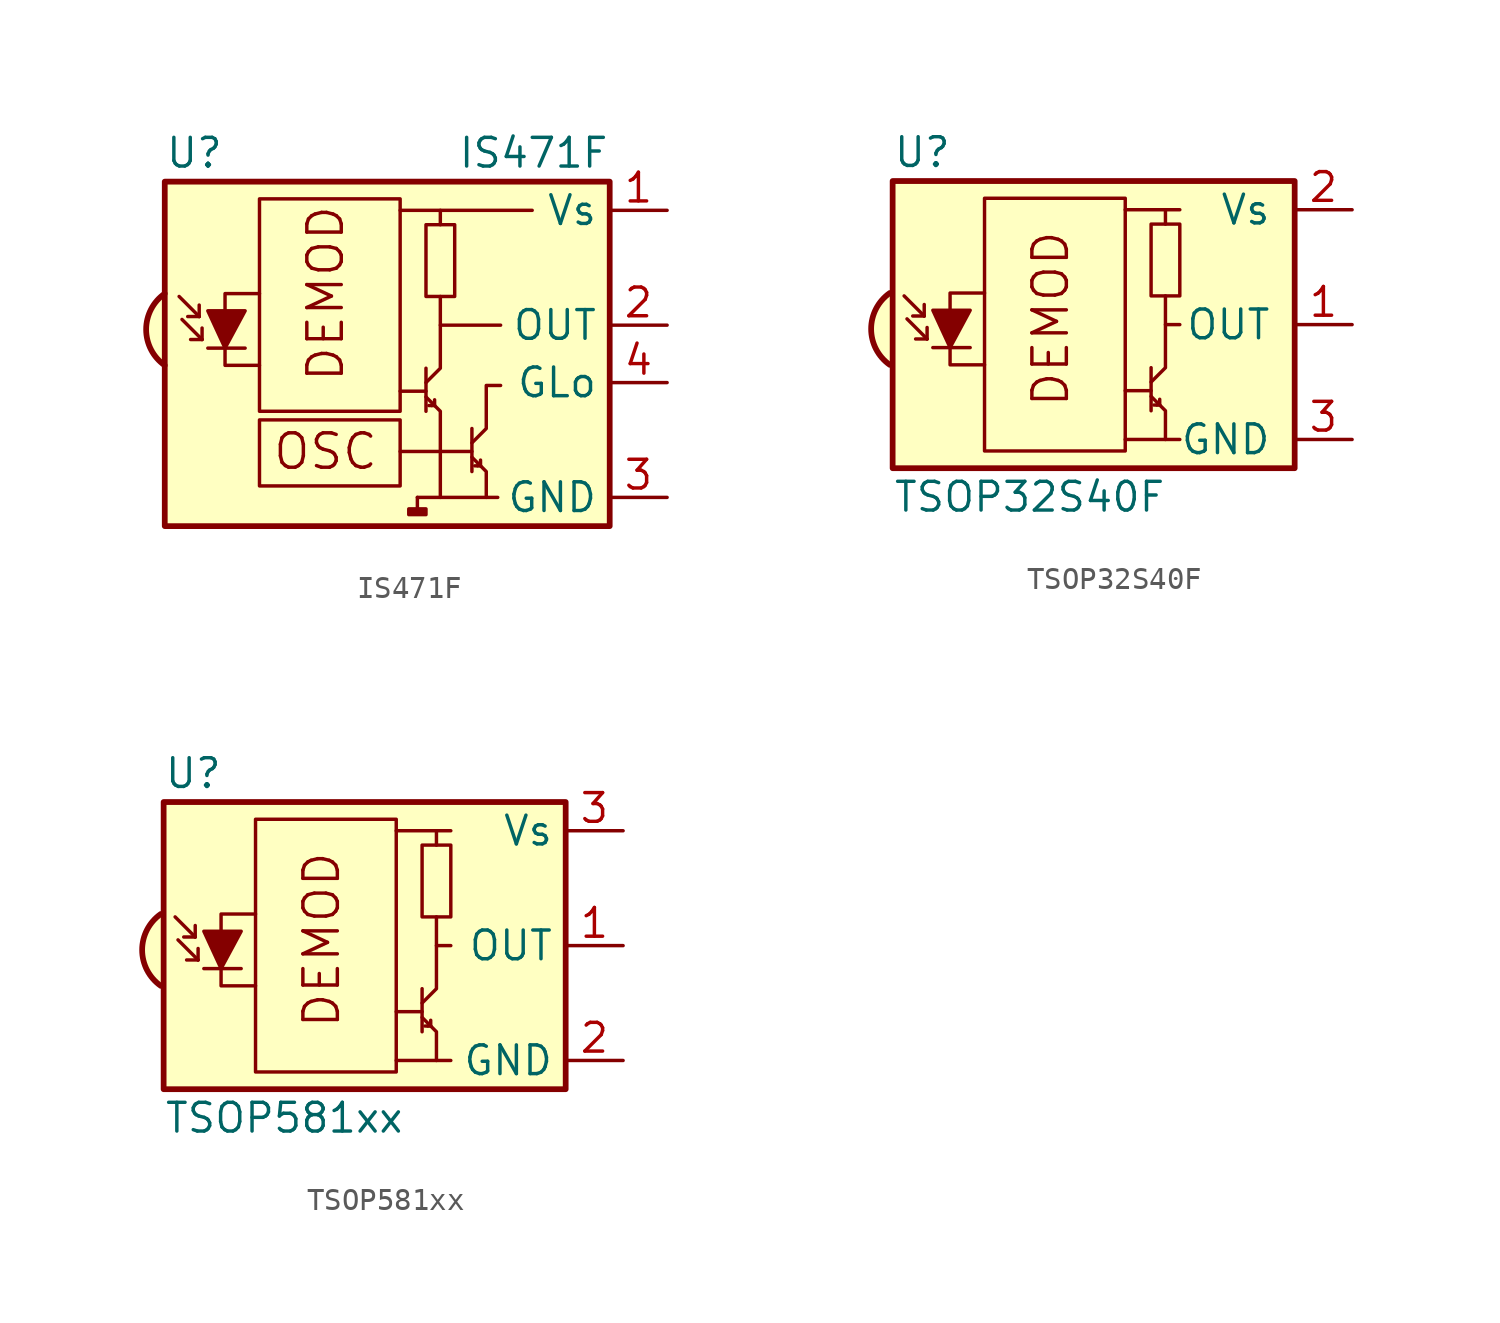
<source format=kicad_sym>
(kicad_symbol_lib
  (version 20201005)
  (generator kicad_symbol_editor)
  (symbol "Interface_Optical:IS471F"
    (property "Reference" "U"
      (at -12.065 7.62 0)
      (effects (font (size 1.27 1.27)) (justify left)))
    (property "Value" "IS471F"
      (at 7.62 7.62 0)
      (effects (font (size 1.27 1.27)) (justify right)))
    (symbol "IS471F_0_0"
      (arc (start -12.065 1.397) (end -12.065 -1.778) (radius (at -10.922 -0.1778) (length 1.9558) (angles 126 -125.5)) (stroke (width 0.254)) (fill (type background)))
      (text "DEMOD" (at -4.953 1.397 900) (effects (font (size 1.524 1.524))))
      (text "OSC" (at -4.953 -5.588 0) (effects (font (size 1.524 1.524))))
      (rectangle (start -7.874 -4.191) (end -1.651 -7.112) (stroke (width 0)) (fill (type none)))
      (rectangle (start -1.27 -8.128) (end -0.508 -8.382) (stroke (width 0)) (fill (type outline)))
      (polyline (pts (xy -0.889 -7.62) (xy -0.889 -8.128)) (stroke (width 0)) (fill (type none)))
      (polyline (pts (xy 0.127 5.08) (xy -1.651 5.08)) (stroke (width 0)) (fill (type none)))
      (polyline (pts (xy 2.667 -7.62) (xy -0.889 -7.62)) (stroke (width 0)) (fill (type none)))
      (polyline (pts (xy -0.508 -3.175) (xy 0.127 -3.81) (xy 0.127 -7.62)) (stroke (width 0)) (fill (type none)))
      (polyline (pts (xy 1.524 -5.842) (xy 2.159 -6.477) (xy 2.159 -7.62)) (stroke (width 0)) (fill (type none))))
    (symbol "IS471F_0_1"
      (rectangle (start -7.874 5.588) (end -1.651 -3.81) (stroke (width 0)) (fill (type none)))
      (rectangle (start 0.762 1.27) (end -0.508 4.445) (stroke (width 0)) (fill (type none)))
      (rectangle (start 7.62 6.35) (end -12.065 -8.89) (stroke (width 0.254)) (fill (type background)))
      (polyline (pts (xy -10.541 0.381) (xy -11.43 1.27)) (stroke (width 0)) (fill (type none)))
      (polyline (pts (xy -10.541 0.381) (xy -11.049 0.381)) (stroke (width 0)) (fill (type none)))
      (polyline (pts (xy -10.541 0.381) (xy -10.541 0.889)) (stroke (width 0)) (fill (type none)))
      (polyline (pts (xy -10.414 -0.635) (xy -11.303 0.254)) (stroke (width 0)) (fill (type none)))
      (polyline (pts (xy -10.414 -0.635) (xy -10.922 -0.635)) (stroke (width 0)) (fill (type none)))
      (polyline (pts (xy -10.414 -0.635) (xy -10.414 -0.127)) (stroke (width 0)) (fill (type none)))
      (polyline (pts (xy -10.16 -1.016) (xy -8.509 -1.016)) (stroke (width 0)) (fill (type none)))
      (polyline (pts (xy -0.508 -2.921) (xy -1.651 -2.921)) (stroke (width 0)) (fill (type none)))
      (polyline (pts (xy -0.508 -1.905) (xy -0.508 -3.81)) (stroke (width 0)) (fill (type none)))
      (polyline (pts (xy -0.381 -3.556) (xy -0.254 -3.556)) (stroke (width 0)) (fill (type none)))
      (polyline (pts (xy -0.127 -3.556) (xy -0.254 -3.556)) (stroke (width 0)) (fill (type none)))
      (polyline (pts (xy -0.127 -3.556) (xy -0.127 -3.302)) (stroke (width 0)) (fill (type none)))
      (polyline (pts (xy 0.127 0) (xy 0.127 1.27)) (stroke (width 0)) (fill (type none)))
      (polyline (pts (xy 1.524 -5.588) (xy -1.651 -5.588)) (stroke (width 0)) (fill (type none)))
      (polyline (pts (xy 1.524 -4.572) (xy 1.524 -6.477)) (stroke (width 0)) (fill (type none)))
      (polyline (pts (xy 1.651 -6.223) (xy 1.778 -6.223)) (stroke (width 0)) (fill (type none)))
      (polyline (pts (xy 1.905 -6.223) (xy 1.778 -6.223)) (stroke (width 0)) (fill (type none)))
      (polyline (pts (xy 1.905 -6.223) (xy 1.905 -5.969)) (stroke (width 0)) (fill (type none)))
      (polyline (pts (xy 0.127 4.445) (xy 0.127 5.08) (xy 4.191 5.08)) (stroke (width 0)) (fill (type none)))
      (polyline (pts (xy -10.16 0.635) (xy -8.509 0.635) (xy -9.398 -1.016) (xy -10.16 0.635)) (stroke (width 0)) (fill (type outline)))
      (polyline (pts (xy -7.874 1.397) (xy -9.398 1.397) (xy -9.398 -1.778) (xy -7.874 -1.778)) (stroke (width 0)) (fill (type none)))
      (polyline (pts (xy -0.508 -2.54) (xy 0.127 -1.905) (xy 0.127 0) (xy 2.794 0)) (stroke (width 0)) (fill (type none)))
      (polyline (pts (xy 1.524 -5.207) (xy 2.159 -4.572) (xy 2.159 -2.667) (xy 2.794 -2.667)) (stroke (width 0)) (fill (type none))))
    (symbol "IS471F_1_1"
      (pin power_in line (at 10.16 5.08 180) (length 2.54) (name "Vs" (effects (font (size 1.27 1.27)))) (number "1" (effects (font (size 1.27 1.27)))))
      (pin output line (at 10.16 0 180) (length 2.54) (name "OUT" (effects (font (size 1.27 1.27)))) (number "2" (effects (font (size 1.27 1.27)))))
      (pin power_in line (at 10.16 -7.62 180) (length 2.54) (name "GND" (effects (font (size 1.27 1.27)))) (number "3" (effects (font (size 1.27 1.27)))))
      (pin open_collector line (at 10.16 -2.54 180) (length 2.54) (name "GLo" (effects (font (size 1.27 1.27)))) (number "4" (effects (font (size 1.27 1.27)))))))
  (symbol "Interface_Optical:TSOP32S40F"
    (pin_names
      (offset 1.016))
    (property "Reference" "U"
      (at -10.16 7.62 0)
      (effects (font (size 1.27 1.27)) (justify left)))
    (property "Value" "TSOP32S40F"
      (at -10.16 -7.62 0)
      (effects (font (size 1.27 1.27)) (justify left)))
    (symbol "TSOP32S40F_0_0"
      (arc (start -10.287 1.397) (end -10.287 -1.778) (radius (at -9.144 -0.1778) (length 1.9558) (angles 126 -125.5)) (stroke (width 0.254)) (fill (type background)))
      (text "DEMOD" (at -3.175 0.254 900) (effects (font (size 1.524 1.524))))
      (polyline (pts (xy 1.905 -5.08) (xy 0.127 -5.08)) (stroke (width 0)) (fill (type none)))
      (polyline (pts (xy 1.905 5.08) (xy 0.127 5.08)) (stroke (width 0)) (fill (type none))))
    (symbol "TSOP32S40F_0_1"
      (rectangle (start -6.096 5.588) (end 0.127 -5.588) (stroke (width 0)) (fill (type none)))
      (rectangle (start 2.54 1.27) (end 1.27 4.445) (stroke (width 0)) (fill (type none)))
      (rectangle (start 7.62 6.35) (end -10.16 -6.35) (stroke (width 0.254)) (fill (type background)))
      (polyline (pts (xy -8.763 0.381) (xy -9.652 1.27)) (stroke (width 0)) (fill (type none)))
      (polyline (pts (xy -8.763 0.381) (xy -9.271 0.381)) (stroke (width 0)) (fill (type none)))
      (polyline (pts (xy -8.763 0.381) (xy -8.763 0.889)) (stroke (width 0)) (fill (type none)))
      (polyline (pts (xy -8.636 -0.635) (xy -9.525 0.254)) (stroke (width 0)) (fill (type none)))
      (polyline (pts (xy -8.636 -0.635) (xy -9.144 -0.635)) (stroke (width 0)) (fill (type none)))
      (polyline (pts (xy -8.636 -0.635) (xy -8.636 -0.127)) (stroke (width 0)) (fill (type none)))
      (polyline (pts (xy -8.382 -1.016) (xy -6.731 -1.016)) (stroke (width 0)) (fill (type none)))
      (polyline (pts (xy 1.27 -2.921) (xy 0.127 -2.921)) (stroke (width 0)) (fill (type none)))
      (polyline (pts (xy 1.27 -1.905) (xy 1.27 -3.81)) (stroke (width 0)) (fill (type none)))
      (polyline (pts (xy 1.397 -3.556) (xy 1.524 -3.556)) (stroke (width 0)) (fill (type none)))
      (polyline (pts (xy 1.651 -3.556) (xy 1.524 -3.556)) (stroke (width 0)) (fill (type none)))
      (polyline (pts (xy 1.651 -3.556) (xy 1.651 -3.302)) (stroke (width 0)) (fill (type none)))
      (polyline (pts (xy 1.905 0) (xy 1.905 1.27)) (stroke (width 0)) (fill (type none)))
      (polyline (pts (xy 1.905 4.445) (xy 1.905 5.08) (xy 2.54 5.08)) (stroke (width 0)) (fill (type none)))
      (polyline (pts (xy -8.382 0.635) (xy -6.731 0.635) (xy -7.62 -1.016) (xy -8.382 0.635)) (stroke (width 0)) (fill (type outline)))
      (polyline (pts (xy -6.096 1.397) (xy -7.62 1.397) (xy -7.62 -1.778) (xy -6.096 -1.778)) (stroke (width 0)) (fill (type none)))
      (polyline (pts (xy 1.27 -3.175) (xy 1.905 -3.81) (xy 1.905 -5.08) (xy 2.54 -5.08)) (stroke (width 0)) (fill (type none)))
      (polyline (pts (xy 1.27 -2.54) (xy 1.905 -1.905) (xy 1.905 0) (xy 2.54 0)) (stroke (width 0)) (fill (type none))))
    (symbol "TSOP32S40F_1_1"
      (pin output line (at 10.16 0 180) (length 2.54) (name "OUT" (effects (font (size 1.27 1.27)))) (number "1" (effects (font (size 1.27 1.27)))))
      (pin power_in line (at 10.16 5.08 180) (length 2.54) (name "Vs" (effects (font (size 1.27 1.27)))) (number "2" (effects (font (size 1.27 1.27)))))
      (pin power_in line (at 10.16 -5.08 180) (length 2.54) (name "GND" (effects (font (size 1.27 1.27)))) (number "3" (effects (font (size 1.27 1.27)))))))
  (symbol "Interface_Optical:TSOP581xx"
    (property "Reference" "U"
      (at -10.16 7.62 0)
      (effects (font (size 1.27 1.27)) (justify left)))
    (property "Value" "TSOP581xx"
      (at -10.16 -7.62 0)
      (effects (font (size 1.27 1.27)) (justify left)))
    (symbol "TSOP581xx_0_0"
      (arc (start -10.287 1.397) (end -10.287 -1.778) (radius (at -9.144 -0.1778) (length 1.9558) (angles 126 -125.5)) (stroke (width 0.254)) (fill (type background)))
      (text "DEMOD" (at -3.175 0.254 900) (effects (font (size 1.524 1.524))))
      (polyline (pts (xy 1.905 -5.08) (xy 0.127 -5.08)) (stroke (width 0)) (fill (type none)))
      (polyline (pts (xy 1.905 5.08) (xy 0.127 5.08)) (stroke (width 0)) (fill (type none))))
    (symbol "TSOP581xx_0_1"
      (rectangle (start -6.096 5.588) (end 0.127 -5.588) (stroke (width 0)) (fill (type none)))
      (rectangle (start 2.54 1.27) (end 1.27 4.445) (stroke (width 0)) (fill (type none)))
      (rectangle (start 7.62 6.35) (end -10.16 -6.35) (stroke (width 0.254)) (fill (type background)))
      (polyline (pts (xy -8.763 0.381) (xy -9.652 1.27)) (stroke (width 0)) (fill (type none)))
      (polyline (pts (xy -8.763 0.381) (xy -9.271 0.381)) (stroke (width 0)) (fill (type none)))
      (polyline (pts (xy -8.763 0.381) (xy -8.763 0.889)) (stroke (width 0)) (fill (type none)))
      (polyline (pts (xy -8.636 -0.635) (xy -9.525 0.254)) (stroke (width 0)) (fill (type none)))
      (polyline (pts (xy -8.636 -0.635) (xy -9.144 -0.635)) (stroke (width 0)) (fill (type none)))
      (polyline (pts (xy -8.636 -0.635) (xy -8.636 -0.127)) (stroke (width 0)) (fill (type none)))
      (polyline (pts (xy -8.382 -1.016) (xy -6.731 -1.016)) (stroke (width 0)) (fill (type none)))
      (polyline (pts (xy 1.27 -2.921) (xy 0.127 -2.921)) (stroke (width 0)) (fill (type none)))
      (polyline (pts (xy 1.27 -1.905) (xy 1.27 -3.81)) (stroke (width 0)) (fill (type none)))
      (polyline (pts (xy 1.397 -3.556) (xy 1.524 -3.556)) (stroke (width 0)) (fill (type none)))
      (polyline (pts (xy 1.651 -3.556) (xy 1.524 -3.556)) (stroke (width 0)) (fill (type none)))
      (polyline (pts (xy 1.651 -3.556) (xy 1.651 -3.302)) (stroke (width 0)) (fill (type none)))
      (polyline (pts (xy 1.905 0) (xy 1.905 1.27)) (stroke (width 0)) (fill (type none)))
      (polyline (pts (xy 1.905 4.445) (xy 1.905 5.08) (xy 2.54 5.08)) (stroke (width 0)) (fill (type none)))
      (polyline (pts (xy -8.382 0.635) (xy -6.731 0.635) (xy -7.62 -1.016) (xy -8.382 0.635)) (stroke (width 0)) (fill (type outline)))
      (polyline (pts (xy -6.096 1.397) (xy -7.62 1.397) (xy -7.62 -1.778) (xy -6.096 -1.778)) (stroke (width 0)) (fill (type none)))
      (polyline (pts (xy 1.27 -3.175) (xy 1.905 -3.81) (xy 1.905 -5.08) (xy 2.54 -5.08)) (stroke (width 0)) (fill (type none)))
      (polyline (pts (xy 1.27 -2.54) (xy 1.905 -1.905) (xy 1.905 0) (xy 2.54 0)) (stroke (width 0)) (fill (type none))))
    (symbol "TSOP581xx_1_1"
      (pin output line (at 10.16 0 180) (length 2.54) (name "OUT" (effects (font (size 1.27 1.27)))) (number "1" (effects (font (size 1.27 1.27)))))
      (pin power_in line (at 10.16 -5.08 180) (length 2.54) (name "GND" (effects (font (size 1.27 1.27)))) (number "2" (effects (font (size 1.27 1.27)))))
      (pin power_in line (at 10.16 5.08 180) (length 2.54) (name "Vs" (effects (font (size 1.27 1.27)))) (number "3" (effects (font (size 1.27 1.27))))))))
</source>
